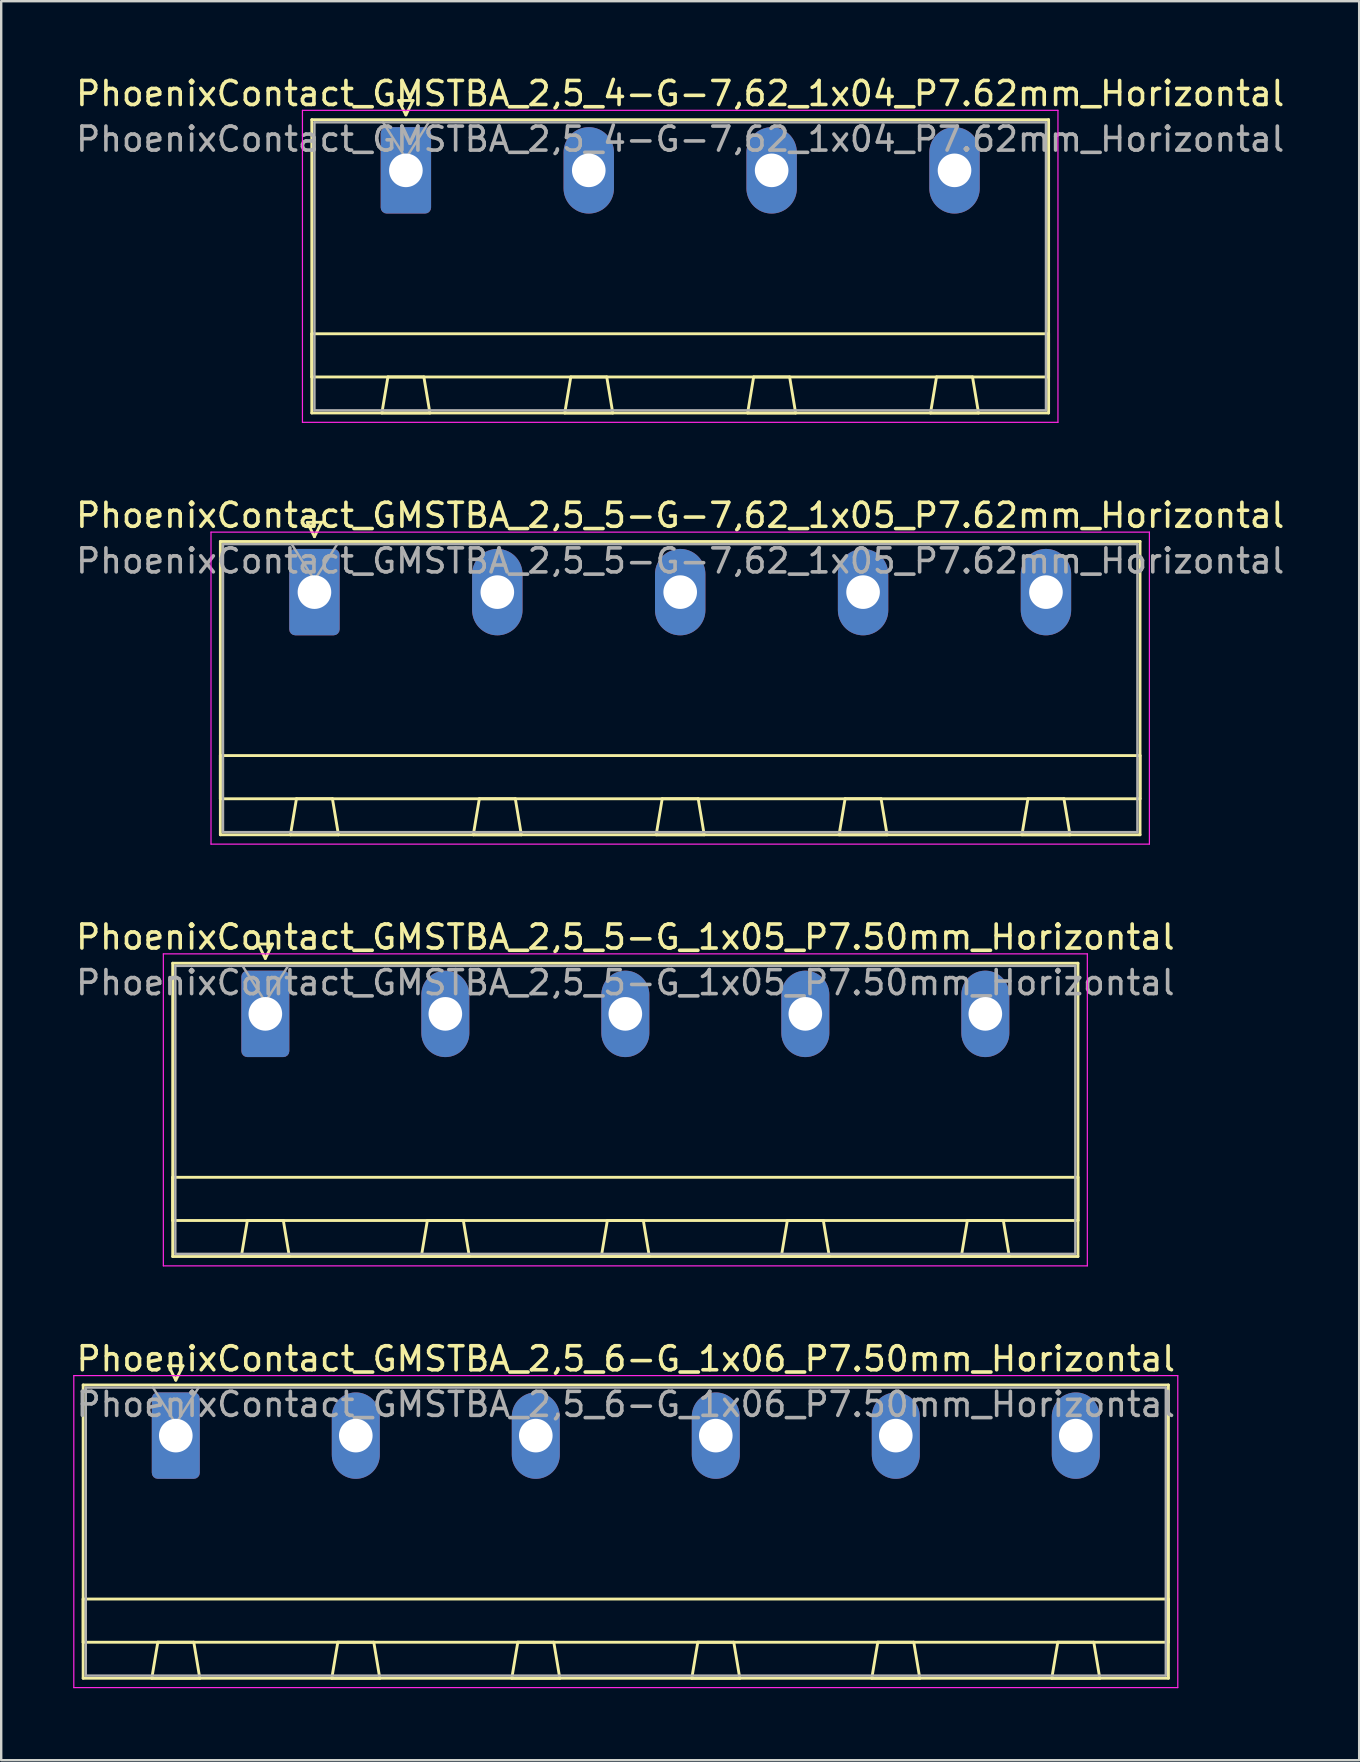
<source format=kicad_pcb>
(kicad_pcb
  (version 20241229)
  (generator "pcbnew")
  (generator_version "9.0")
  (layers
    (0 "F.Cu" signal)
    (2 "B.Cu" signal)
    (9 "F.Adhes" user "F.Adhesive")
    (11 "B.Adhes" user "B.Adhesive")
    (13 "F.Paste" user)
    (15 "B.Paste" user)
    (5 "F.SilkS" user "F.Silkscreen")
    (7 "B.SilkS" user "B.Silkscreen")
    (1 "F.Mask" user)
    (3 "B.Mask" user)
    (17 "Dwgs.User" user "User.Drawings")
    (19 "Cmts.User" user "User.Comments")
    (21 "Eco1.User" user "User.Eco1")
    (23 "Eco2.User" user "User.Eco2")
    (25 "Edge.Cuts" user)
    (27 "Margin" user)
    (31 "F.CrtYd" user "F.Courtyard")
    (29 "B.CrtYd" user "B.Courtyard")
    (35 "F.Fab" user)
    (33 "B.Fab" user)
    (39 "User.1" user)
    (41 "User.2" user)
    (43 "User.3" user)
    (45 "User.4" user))
  (footprint "PhoenixContact_GMSTBA_2,5_5-G-7,62_1x05_P7.62mm_Horizontal"
    (layer "F.Cu")
    (at 10.052 21.622)
    (property "Reference" "PhoenixContact_GMSTBA_2,5_5-G-7,62_1x05_P7.62mm_Horizontal" (at 15.24 -3.2 0) (layer "F.SilkS") (effects (font (size 1 1) (thickness 0.15))))
    (attr through_hole)
    (fp_line (start -3.92 -2.11) (end -3.92 10.11) (stroke (width 0.12) (type solid)) (layer "F.SilkS"))
    (fp_line (start -3.92 6.81) (end 34.4 6.81) (stroke (width 0.12) (type solid)) (layer "F.SilkS"))
    (fp_line (start -3.92 8.61) (end -3.92 6.81) (stroke (width 0.12) (type solid)) (layer "F.SilkS"))
    (fp_line (start -3.92 10.11) (end 34.4 10.11) (stroke (width 0.12) (type solid)) (layer "F.SilkS"))
    (fp_line (start -1 10.11) (end 1 10.11) (stroke (width 0.12) (type solid)) (layer "F.SilkS"))
    (fp_line (start -0.75 8.61) (end -1 10.11) (stroke (width 0.12) (type solid)) (layer "F.SilkS"))
    (fp_line (start -0.3 -2.91) (end 0.3 -2.91) (stroke (width 0.12) (type solid)) (layer "F.SilkS"))
    (fp_line (start 0 -2.31) (end -0.3 -2.91) (stroke (width 0.12) (type solid)) (layer "F.SilkS"))
    (fp_line (start 0.3 -2.91) (end 0 -2.31) (stroke (width 0.12) (type solid)) (layer "F.SilkS"))
    (fp_line (start 0.75 8.61) (end -0.75 8.61) (stroke (width 0.12) (type solid)) (layer "F.SilkS"))
    (fp_line (start 1 10.11) (end 0.75 8.61) (stroke (width 0.12) (type solid)) (layer "F.SilkS"))
    (fp_line (start 6.62 10.11) (end 8.62 10.11) (stroke (width 0.12) (type solid)) (layer "F.SilkS"))
    (fp_line (start 6.87 8.61) (end 6.62 10.11) (stroke (width 0.12) (type solid)) (layer "F.SilkS"))
    (fp_line (start 8.37 8.61) (end 6.87 8.61) (stroke (width 0.12) (type solid)) (layer "F.SilkS"))
    (fp_line (start 8.62 10.11) (end 8.37 8.61) (stroke (width 0.12) (type solid)) (layer "F.SilkS"))
    (fp_line (start 14.24 10.11) (end 16.24 10.11) (stroke (width 0.12) (type solid)) (layer "F.SilkS"))
    (fp_line (start 14.49 8.61) (end 14.24 10.11) (stroke (width 0.12) (type solid)) (layer "F.SilkS"))
    (fp_line (start 15.99 8.61) (end 14.49 8.61) (stroke (width 0.12) (type solid)) (layer "F.SilkS"))
    (fp_line (start 16.24 10.11) (end 15.99 8.61) (stroke (width 0.12) (type solid)) (layer "F.SilkS"))
    (fp_line (start 21.86 10.11) (end 23.86 10.11) (stroke (width 0.12) (type solid)) (layer "F.SilkS"))
    (fp_line (start 22.11 8.61) (end 21.86 10.11) (stroke (width 0.12) (type solid)) (layer "F.SilkS"))
    (fp_line (start 23.61 8.61) (end 22.11 8.61) (stroke (width 0.12) (type solid)) (layer "F.SilkS"))
    (fp_line (start 23.86 10.11) (end 23.61 8.61) (stroke (width 0.12) (type solid)) (layer "F.SilkS"))
    (fp_line (start 29.48 10.11) (end 31.48 10.11) (stroke (width 0.12) (type solid)) (layer "F.SilkS"))
    (fp_line (start 29.73 8.61) (end 29.48 10.11) (stroke (width 0.12) (type solid)) (layer "F.SilkS"))
    (fp_line (start 31.23 8.61) (end 29.73 8.61) (stroke (width 0.12) (type solid)) (layer "F.SilkS"))
    (fp_line (start 31.48 10.11) (end 31.23 8.61) (stroke (width 0.12) (type solid)) (layer "F.SilkS"))
    (fp_line (start 34.4 -2.11) (end -3.92 -2.11) (stroke (width 0.12) (type solid)) (layer "F.SilkS"))
    (fp_line (start 34.4 6.81) (end 34.4 8.61) (stroke (width 0.12) (type solid)) (layer "F.SilkS"))
    (fp_line (start 34.4 8.61) (end -3.92 8.61) (stroke (width 0.12) (type solid)) (layer "F.SilkS"))
    (fp_line (start 34.4 10.11) (end 34.4 -2.11) (stroke (width 0.12) (type solid)) (layer "F.SilkS"))
    (fp_line (start -4.31 -2.5) (end -4.31 10.5) (stroke (width 0.05) (type solid)) (layer "F.CrtYd"))
    (fp_line (start -4.31 10.5) (end 34.79 10.5) (stroke (width 0.05) (type solid)) (layer "F.CrtYd"))
    (fp_line (start 34.79 -2.5) (end -4.31 -2.5) (stroke (width 0.05) (type solid)) (layer "F.CrtYd"))
    (fp_line (start 34.79 10.5) (end 34.79 -2.5) (stroke (width 0.05) (type solid)) (layer "F.CrtYd"))
    (fp_line (start -3.81 -2) (end -3.81 10) (stroke (width 0.1) (type solid)) (layer "F.Fab"))
    (fp_line (start -3.81 10) (end 34.29 10) (stroke (width 0.1) (type solid)) (layer "F.Fab"))
    (fp_line (start 0 -0.5) (end -0.95 -2) (stroke (width 0.1) (type solid)) (layer "F.Fab"))
    (fp_line (start 0.95 -2) (end 0 -0.5) (stroke (width 0.1) (type solid)) (layer "F.Fab"))
    (fp_line (start 34.29 -2) (end -3.81 -2) (stroke (width 0.1) (type solid)) (layer "F.Fab"))
    (fp_line (start 34.29 10) (end 34.29 -2) (stroke (width 0.1) (type solid)) (layer "F.Fab"))
    (fp_text user "${REFERENCE}" (at 15.24 -1.3 0) (layer "F.Fab") (effects (font (size 1 1) (thickness 0.15))))
    (pad "1" thru_hole roundrect (at 0 0) (size 2.1 3.6) (drill 1.4) (layers "*.Cu" "*.Mask") (roundrect_rratio 0.119))
    (pad "2" thru_hole oval (at 7.62 0) (size 2.1 3.6) (drill 1.4) (layers "*.Cu" "*.Mask"))
    (pad "3" thru_hole oval (at 15.24 0) (size 2.1 3.6) (drill 1.4) (layers "*.Cu" "*.Mask"))
    (pad "4" thru_hole oval (at 22.86 0) (size 2.1 3.6) (drill 1.4) (layers "*.Cu" "*.Mask"))
    (pad "5" thru_hole oval (at 30.48 0) (size 2.1 3.6) (drill 1.4) (layers "*.Cu" "*.Mask")))
  (footprint "PhoenixContact_GMSTBA_2,5_6-G_1x06_P7.50mm_Horizontal"
    (layer "F.Cu")
    (at 4.275 56.768)
    (property "Reference" "PhoenixContact_GMSTBA_2,5_6-G_1x06_P7.50mm_Horizontal" (at 18.75 -3.2 0) (layer "F.SilkS") (effects (font (size 1 1) (thickness 0.15))))
    (attr through_hole)
    (fp_line (start -3.86 -2.11) (end -3.86 10.11) (stroke (width 0.12) (type solid)) (layer "F.SilkS"))
    (fp_line (start -3.86 6.81) (end 41.36 6.81) (stroke (width 0.12) (type solid)) (layer "F.SilkS"))
    (fp_line (start -3.86 8.61) (end -3.86 6.81) (stroke (width 0.12) (type solid)) (layer "F.SilkS"))
    (fp_line (start -3.86 10.11) (end 41.36 10.11) (stroke (width 0.12) (type solid)) (layer "F.SilkS"))
    (fp_line (start -1 10.11) (end 1 10.11) (stroke (width 0.12) (type solid)) (layer "F.SilkS"))
    (fp_line (start -0.75 8.61) (end -1 10.11) (stroke (width 0.12) (type solid)) (layer "F.SilkS"))
    (fp_line (start -0.3 -2.91) (end 0.3 -2.91) (stroke (width 0.12) (type solid)) (layer "F.SilkS"))
    (fp_line (start 0 -2.31) (end -0.3 -2.91) (stroke (width 0.12) (type solid)) (layer "F.SilkS"))
    (fp_line (start 0.3 -2.91) (end 0 -2.31) (stroke (width 0.12) (type solid)) (layer "F.SilkS"))
    (fp_line (start 0.75 8.61) (end -0.75 8.61) (stroke (width 0.12) (type solid)) (layer "F.SilkS"))
    (fp_line (start 1 10.11) (end 0.75 8.61) (stroke (width 0.12) (type solid)) (layer "F.SilkS"))
    (fp_line (start 6.5 10.11) (end 8.5 10.11) (stroke (width 0.12) (type solid)) (layer "F.SilkS"))
    (fp_line (start 6.75 8.61) (end 6.5 10.11) (stroke (width 0.12) (type solid)) (layer "F.SilkS"))
    (fp_line (start 8.25 8.61) (end 6.75 8.61) (stroke (width 0.12) (type solid)) (layer "F.SilkS"))
    (fp_line (start 8.5 10.11) (end 8.25 8.61) (stroke (width 0.12) (type solid)) (layer "F.SilkS"))
    (fp_line (start 14 10.11) (end 16 10.11) (stroke (width 0.12) (type solid)) (layer "F.SilkS"))
    (fp_line (start 14.25 8.61) (end 14 10.11) (stroke (width 0.12) (type solid)) (layer "F.SilkS"))
    (fp_line (start 15.75 8.61) (end 14.25 8.61) (stroke (width 0.12) (type solid)) (layer "F.SilkS"))
    (fp_line (start 16 10.11) (end 15.75 8.61) (stroke (width 0.12) (type solid)) (layer "F.SilkS"))
    (fp_line (start 21.5 10.11) (end 23.5 10.11) (stroke (width 0.12) (type solid)) (layer "F.SilkS"))
    (fp_line (start 21.75 8.61) (end 21.5 10.11) (stroke (width 0.12) (type solid)) (layer "F.SilkS"))
    (fp_line (start 23.25 8.61) (end 21.75 8.61) (stroke (width 0.12) (type solid)) (layer "F.SilkS"))
    (fp_line (start 23.5 10.11) (end 23.25 8.61) (stroke (width 0.12) (type solid)) (layer "F.SilkS"))
    (fp_line (start 29 10.11) (end 31 10.11) (stroke (width 0.12) (type solid)) (layer "F.SilkS"))
    (fp_line (start 29.25 8.61) (end 29 10.11) (stroke (width 0.12) (type solid)) (layer "F.SilkS"))
    (fp_line (start 30.75 8.61) (end 29.25 8.61) (stroke (width 0.12) (type solid)) (layer "F.SilkS"))
    (fp_line (start 31 10.11) (end 30.75 8.61) (stroke (width 0.12) (type solid)) (layer "F.SilkS"))
    (fp_line (start 36.5 10.11) (end 38.5 10.11) (stroke (width 0.12) (type solid)) (layer "F.SilkS"))
    (fp_line (start 36.75 8.61) (end 36.5 10.11) (stroke (width 0.12) (type solid)) (layer "F.SilkS"))
    (fp_line (start 38.25 8.61) (end 36.75 8.61) (stroke (width 0.12) (type solid)) (layer "F.SilkS"))
    (fp_line (start 38.5 10.11) (end 38.25 8.61) (stroke (width 0.12) (type solid)) (layer "F.SilkS"))
    (fp_line (start 41.36 -2.11) (end -3.86 -2.11) (stroke (width 0.12) (type solid)) (layer "F.SilkS"))
    (fp_line (start 41.36 6.81) (end 41.36 8.61) (stroke (width 0.12) (type solid)) (layer "F.SilkS"))
    (fp_line (start 41.36 8.61) (end -3.86 8.61) (stroke (width 0.12) (type solid)) (layer "F.SilkS"))
    (fp_line (start 41.36 10.11) (end 41.36 -2.11) (stroke (width 0.12) (type solid)) (layer "F.SilkS"))
    (fp_line (start -4.25 -2.5) (end -4.25 10.5) (stroke (width 0.05) (type solid)) (layer "F.CrtYd"))
    (fp_line (start -4.25 10.5) (end 41.75 10.5) (stroke (width 0.05) (type solid)) (layer "F.CrtYd"))
    (fp_line (start 41.75 -2.5) (end -4.25 -2.5) (stroke (width 0.05) (type solid)) (layer "F.CrtYd"))
    (fp_line (start 41.75 10.5) (end 41.75 -2.5) (stroke (width 0.05) (type solid)) (layer "F.CrtYd"))
    (fp_line (start -3.75 -2) (end -3.75 10) (stroke (width 0.1) (type solid)) (layer "F.Fab"))
    (fp_line (start -3.75 10) (end 41.25 10) (stroke (width 0.1) (type solid)) (layer "F.Fab"))
    (fp_line (start 0 -0.5) (end -0.95 -2) (stroke (width 0.1) (type solid)) (layer "F.Fab"))
    (fp_line (start 0.95 -2) (end 0 -0.5) (stroke (width 0.1) (type solid)) (layer "F.Fab"))
    (fp_line (start 41.25 -2) (end -3.75 -2) (stroke (width 0.1) (type solid)) (layer "F.Fab"))
    (fp_line (start 41.25 10) (end 41.25 -2) (stroke (width 0.1) (type solid)) (layer "F.Fab"))
    (fp_text user "${REFERENCE}" (at 18.75 -1.3 0) (layer "F.Fab") (effects (font (size 1 1) (thickness 0.15))))
    (pad "1" thru_hole roundrect (at 0 0) (size 2 3.6) (drill 1.4) (layers "*.Cu" "*.Mask") (roundrect_rratio 0.125))
    (pad "2" thru_hole oval (at 7.5 0) (size 2 3.6) (drill 1.4) (layers "*.Cu" "*.Mask"))
    (pad "3" thru_hole oval (at 15 0) (size 2 3.6) (drill 1.4) (layers "*.Cu" "*.Mask"))
    (pad "4" thru_hole oval (at 22.5 0) (size 2 3.6) (drill 1.4) (layers "*.Cu" "*.Mask"))
    (pad "5" thru_hole oval (at 30 0) (size 2 3.6) (drill 1.4) (layers "*.Cu" "*.Mask"))
    (pad "6" thru_hole oval (at 37.5 0) (size 2 3.6) (drill 1.4) (layers "*.Cu" "*.Mask")))
  (footprint "PhoenixContact_GMSTBA_2,5_5-G_1x05_P7.50mm_Horizontal"
    (layer "F.Cu")
    (at 8.006 39.195)
    (property "Reference" "PhoenixContact_GMSTBA_2,5_5-G_1x05_P7.50mm_Horizontal" (at 15 -3.2 0) (layer "F.SilkS") (effects (font (size 1 1) (thickness 0.15))))
    (attr through_hole)
    (fp_line (start -3.86 -2.11) (end -3.86 10.11) (stroke (width 0.12) (type solid)) (layer "F.SilkS"))
    (fp_line (start -3.86 6.81) (end 33.86 6.81) (stroke (width 0.12) (type solid)) (layer "F.SilkS"))
    (fp_line (start -3.86 8.61) (end -3.86 6.81) (stroke (width 0.12) (type solid)) (layer "F.SilkS"))
    (fp_line (start -3.86 10.11) (end 33.86 10.11) (stroke (width 0.12) (type solid)) (layer "F.SilkS"))
    (fp_line (start -1 10.11) (end 1 10.11) (stroke (width 0.12) (type solid)) (layer "F.SilkS"))
    (fp_line (start -0.75 8.61) (end -1 10.11) (stroke (width 0.12) (type solid)) (layer "F.SilkS"))
    (fp_line (start -0.3 -2.91) (end 0.3 -2.91) (stroke (width 0.12) (type solid)) (layer "F.SilkS"))
    (fp_line (start 0 -2.31) (end -0.3 -2.91) (stroke (width 0.12) (type solid)) (layer "F.SilkS"))
    (fp_line (start 0.3 -2.91) (end 0 -2.31) (stroke (width 0.12) (type solid)) (layer "F.SilkS"))
    (fp_line (start 0.75 8.61) (end -0.75 8.61) (stroke (width 0.12) (type solid)) (layer "F.SilkS"))
    (fp_line (start 1 10.11) (end 0.75 8.61) (stroke (width 0.12) (type solid)) (layer "F.SilkS"))
    (fp_line (start 6.5 10.11) (end 8.5 10.11) (stroke (width 0.12) (type solid)) (layer "F.SilkS"))
    (fp_line (start 6.75 8.61) (end 6.5 10.11) (stroke (width 0.12) (type solid)) (layer "F.SilkS"))
    (fp_line (start 8.25 8.61) (end 6.75 8.61) (stroke (width 0.12) (type solid)) (layer "F.SilkS"))
    (fp_line (start 8.5 10.11) (end 8.25 8.61) (stroke (width 0.12) (type solid)) (layer "F.SilkS"))
    (fp_line (start 14 10.11) (end 16 10.11) (stroke (width 0.12) (type solid)) (layer "F.SilkS"))
    (fp_line (start 14.25 8.61) (end 14 10.11) (stroke (width 0.12) (type solid)) (layer "F.SilkS"))
    (fp_line (start 15.75 8.61) (end 14.25 8.61) (stroke (width 0.12) (type solid)) (layer "F.SilkS"))
    (fp_line (start 16 10.11) (end 15.75 8.61) (stroke (width 0.12) (type solid)) (layer "F.SilkS"))
    (fp_line (start 21.5 10.11) (end 23.5 10.11) (stroke (width 0.12) (type solid)) (layer "F.SilkS"))
    (fp_line (start 21.75 8.61) (end 21.5 10.11) (stroke (width 0.12) (type solid)) (layer "F.SilkS"))
    (fp_line (start 23.25 8.61) (end 21.75 8.61) (stroke (width 0.12) (type solid)) (layer "F.SilkS"))
    (fp_line (start 23.5 10.11) (end 23.25 8.61) (stroke (width 0.12) (type solid)) (layer "F.SilkS"))
    (fp_line (start 29 10.11) (end 31 10.11) (stroke (width 0.12) (type solid)) (layer "F.SilkS"))
    (fp_line (start 29.25 8.61) (end 29 10.11) (stroke (width 0.12) (type solid)) (layer "F.SilkS"))
    (fp_line (start 30.75 8.61) (end 29.25 8.61) (stroke (width 0.12) (type solid)) (layer "F.SilkS"))
    (fp_line (start 31 10.11) (end 30.75 8.61) (stroke (width 0.12) (type solid)) (layer "F.SilkS"))
    (fp_line (start 33.86 -2.11) (end -3.86 -2.11) (stroke (width 0.12) (type solid)) (layer "F.SilkS"))
    (fp_line (start 33.86 6.81) (end 33.86 8.61) (stroke (width 0.12) (type solid)) (layer "F.SilkS"))
    (fp_line (start 33.86 8.61) (end -3.86 8.61) (stroke (width 0.12) (type solid)) (layer "F.SilkS"))
    (fp_line (start 33.86 10.11) (end 33.86 -2.11) (stroke (width 0.12) (type solid)) (layer "F.SilkS"))
    (fp_line (start -4.25 -2.5) (end -4.25 10.5) (stroke (width 0.05) (type solid)) (layer "F.CrtYd"))
    (fp_line (start -4.25 10.5) (end 34.25 10.5) (stroke (width 0.05) (type solid)) (layer "F.CrtYd"))
    (fp_line (start 34.25 -2.5) (end -4.25 -2.5) (stroke (width 0.05) (type solid)) (layer "F.CrtYd"))
    (fp_line (start 34.25 10.5) (end 34.25 -2.5) (stroke (width 0.05) (type solid)) (layer "F.CrtYd"))
    (fp_line (start -3.75 -2) (end -3.75 10) (stroke (width 0.1) (type solid)) (layer "F.Fab"))
    (fp_line (start -3.75 10) (end 33.75 10) (stroke (width 0.1) (type solid)) (layer "F.Fab"))
    (fp_line (start 0 -0.5) (end -0.95 -2) (stroke (width 0.1) (type solid)) (layer "F.Fab"))
    (fp_line (start 0.95 -2) (end 0 -0.5) (stroke (width 0.1) (type solid)) (layer "F.Fab"))
    (fp_line (start 33.75 -2) (end -3.75 -2) (stroke (width 0.1) (type solid)) (layer "F.Fab"))
    (fp_line (start 33.75 10) (end 33.75 -2) (stroke (width 0.1) (type solid)) (layer "F.Fab"))
    (fp_text user "${REFERENCE}" (at 15 -1.3 0) (layer "F.Fab") (effects (font (size 1 1) (thickness 0.15))))
    (pad "1" thru_hole roundrect (at 0 0) (size 2 3.6) (drill 1.4) (layers "*.Cu" "*.Mask") (roundrect_rratio 0.125))
    (pad "2" thru_hole oval (at 7.5 0) (size 2 3.6) (drill 1.4) (layers "*.Cu" "*.Mask"))
    (pad "3" thru_hole oval (at 15 0) (size 2 3.6) (drill 1.4) (layers "*.Cu" "*.Mask"))
    (pad "4" thru_hole oval (at 22.5 0) (size 2 3.6) (drill 1.4) (layers "*.Cu" "*.Mask"))
    (pad "5" thru_hole oval (at 30 0) (size 2 3.6) (drill 1.4) (layers "*.Cu" "*.Mask")))
  (footprint "PhoenixContact_GMSTBA_2,5_4-G-7,62_1x04_P7.62mm_Horizontal"
    (layer "F.Cu")
    (at 13.862 4.048)
    (property "Reference" "PhoenixContact_GMSTBA_2,5_4-G-7,62_1x04_P7.62mm_Horizontal" (at 11.43 -3.2 0) (layer "F.SilkS") (effects (font (size 1 1) (thickness 0.15))))
    (attr through_hole)
    (fp_line (start -3.92 -2.11) (end -3.92 10.11) (stroke (width 0.12) (type solid)) (layer "F.SilkS"))
    (fp_line (start -3.92 6.81) (end 26.78 6.81) (stroke (width 0.12) (type solid)) (layer "F.SilkS"))
    (fp_line (start -3.92 8.61) (end -3.92 6.81) (stroke (width 0.12) (type solid)) (layer "F.SilkS"))
    (fp_line (start -3.92 10.11) (end 26.78 10.11) (stroke (width 0.12) (type solid)) (layer "F.SilkS"))
    (fp_line (start -1 10.11) (end 1 10.11) (stroke (width 0.12) (type solid)) (layer "F.SilkS"))
    (fp_line (start -0.75 8.61) (end -1 10.11) (stroke (width 0.12) (type solid)) (layer "F.SilkS"))
    (fp_line (start -0.3 -2.91) (end 0.3 -2.91) (stroke (width 0.12) (type solid)) (layer "F.SilkS"))
    (fp_line (start 0 -2.31) (end -0.3 -2.91) (stroke (width 0.12) (type solid)) (layer "F.SilkS"))
    (fp_line (start 0.3 -2.91) (end 0 -2.31) (stroke (width 0.12) (type solid)) (layer "F.SilkS"))
    (fp_line (start 0.75 8.61) (end -0.75 8.61) (stroke (width 0.12) (type solid)) (layer "F.SilkS"))
    (fp_line (start 1 10.11) (end 0.75 8.61) (stroke (width 0.12) (type solid)) (layer "F.SilkS"))
    (fp_line (start 6.62 10.11) (end 8.62 10.11) (stroke (width 0.12) (type solid)) (layer "F.SilkS"))
    (fp_line (start 6.87 8.61) (end 6.62 10.11) (stroke (width 0.12) (type solid)) (layer "F.SilkS"))
    (fp_line (start 8.37 8.61) (end 6.87 8.61) (stroke (width 0.12) (type solid)) (layer "F.SilkS"))
    (fp_line (start 8.62 10.11) (end 8.37 8.61) (stroke (width 0.12) (type solid)) (layer "F.SilkS"))
    (fp_line (start 14.24 10.11) (end 16.24 10.11) (stroke (width 0.12) (type solid)) (layer "F.SilkS"))
    (fp_line (start 14.49 8.61) (end 14.24 10.11) (stroke (width 0.12) (type solid)) (layer "F.SilkS"))
    (fp_line (start 15.99 8.61) (end 14.49 8.61) (stroke (width 0.12) (type solid)) (layer "F.SilkS"))
    (fp_line (start 16.24 10.11) (end 15.99 8.61) (stroke (width 0.12) (type solid)) (layer "F.SilkS"))
    (fp_line (start 21.86 10.11) (end 23.86 10.11) (stroke (width 0.12) (type solid)) (layer "F.SilkS"))
    (fp_line (start 22.11 8.61) (end 21.86 10.11) (stroke (width 0.12) (type solid)) (layer "F.SilkS"))
    (fp_line (start 23.61 8.61) (end 22.11 8.61) (stroke (width 0.12) (type solid)) (layer "F.SilkS"))
    (fp_line (start 23.86 10.11) (end 23.61 8.61) (stroke (width 0.12) (type solid)) (layer "F.SilkS"))
    (fp_line (start 26.78 -2.11) (end -3.92 -2.11) (stroke (width 0.12) (type solid)) (layer "F.SilkS"))
    (fp_line (start 26.78 6.81) (end 26.78 8.61) (stroke (width 0.12) (type solid)) (layer "F.SilkS"))
    (fp_line (start 26.78 8.61) (end -3.92 8.61) (stroke (width 0.12) (type solid)) (layer "F.SilkS"))
    (fp_line (start 26.78 10.11) (end 26.78 -2.11) (stroke (width 0.12) (type solid)) (layer "F.SilkS"))
    (fp_line (start -4.31 -2.5) (end -4.31 10.5) (stroke (width 0.05) (type solid)) (layer "F.CrtYd"))
    (fp_line (start -4.31 10.5) (end 27.17 10.5) (stroke (width 0.05) (type solid)) (layer "F.CrtYd"))
    (fp_line (start 27.17 -2.5) (end -4.31 -2.5) (stroke (width 0.05) (type solid)) (layer "F.CrtYd"))
    (fp_line (start 27.17 10.5) (end 27.17 -2.5) (stroke (width 0.05) (type solid)) (layer "F.CrtYd"))
    (fp_line (start -3.81 -2) (end -3.81 10) (stroke (width 0.1) (type solid)) (layer "F.Fab"))
    (fp_line (start -3.81 10) (end 26.67 10) (stroke (width 0.1) (type solid)) (layer "F.Fab"))
    (fp_line (start 0 -0.5) (end -0.95 -2) (stroke (width 0.1) (type solid)) (layer "F.Fab"))
    (fp_line (start 0.95 -2) (end 0 -0.5) (stroke (width 0.1) (type solid)) (layer "F.Fab"))
    (fp_line (start 26.67 -2) (end -3.81 -2) (stroke (width 0.1) (type solid)) (layer "F.Fab"))
    (fp_line (start 26.67 10) (end 26.67 -2) (stroke (width 0.1) (type solid)) (layer "F.Fab"))
    (fp_text user "${REFERENCE}" (at 11.43 -1.3 0) (layer "F.Fab") (effects (font (size 1 1) (thickness 0.15))))
    (pad "1" thru_hole roundrect (at 0 0) (size 2.1 3.6) (drill 1.4) (layers "*.Cu" "*.Mask") (roundrect_rratio 0.119))
    (pad "2" thru_hole oval (at 7.62 0) (size 2.1 3.6) (drill 1.4) (layers "*.Cu" "*.Mask"))
    (pad "3" thru_hole oval (at 15.24 0) (size 2.1 3.6) (drill 1.4) (layers "*.Cu" "*.Mask"))
    (pad "4" thru_hole oval (at 22.86 0) (size 2.1 3.6) (drill 1.4) (layers "*.Cu" "*.Mask")))
  (gr_rect
    (start -3 -3)
    (end 53.583 70.293)
    (stroke (width 0.1) (type default))
    (fill no)
    (layer "Edge.Cuts")))
</source>
